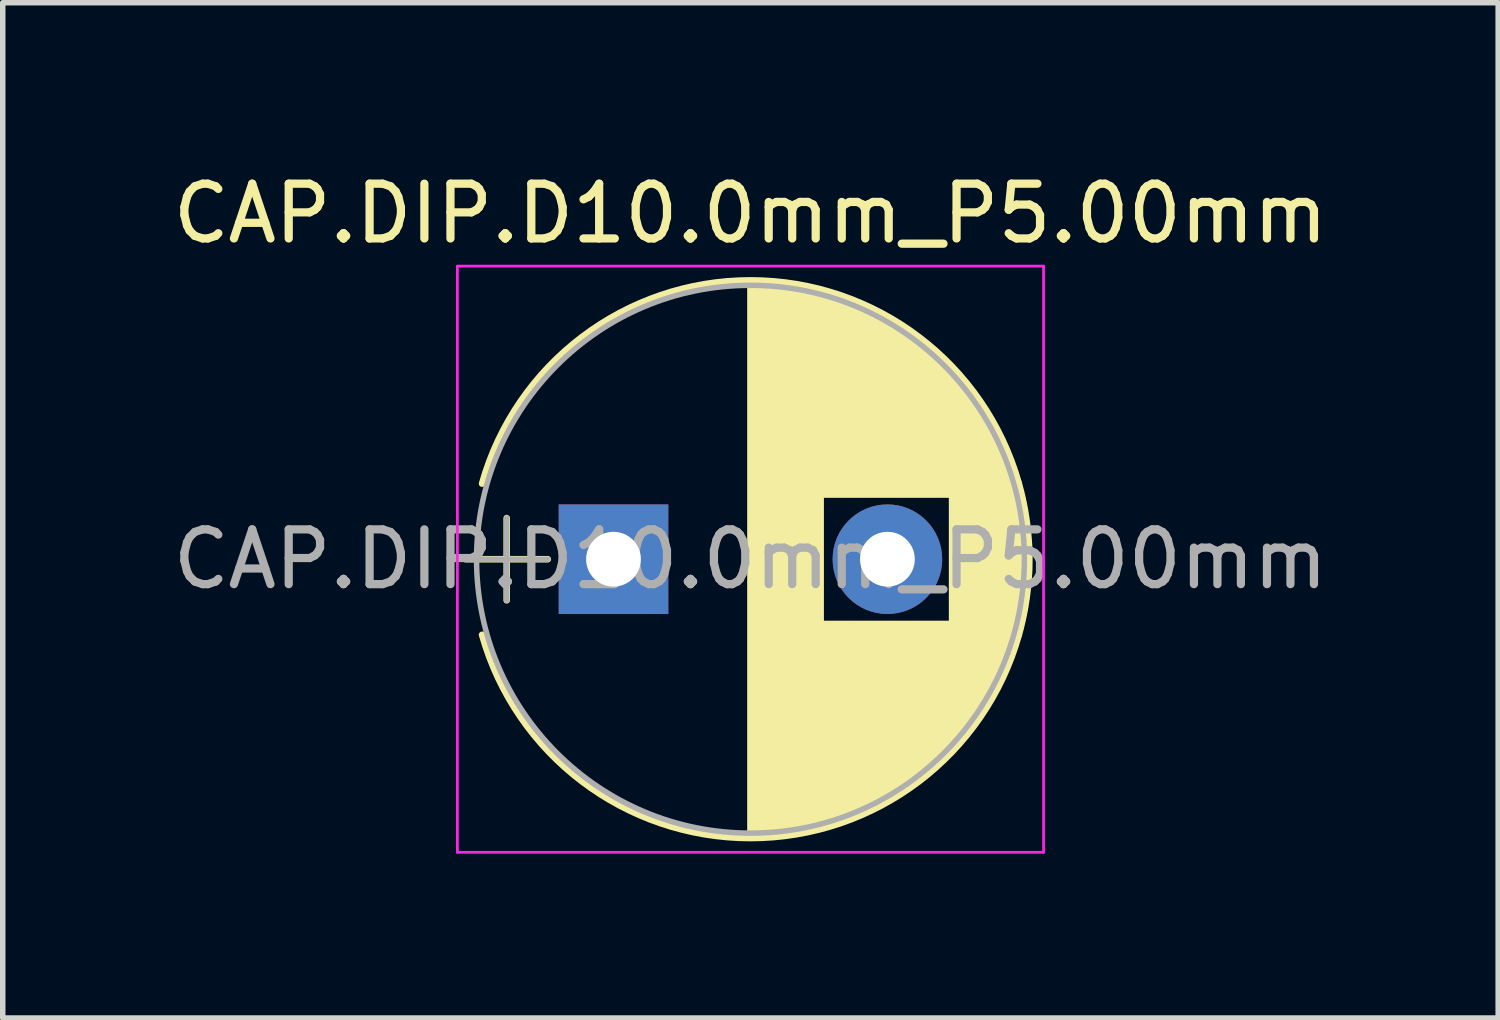
<source format=kicad_pcb>
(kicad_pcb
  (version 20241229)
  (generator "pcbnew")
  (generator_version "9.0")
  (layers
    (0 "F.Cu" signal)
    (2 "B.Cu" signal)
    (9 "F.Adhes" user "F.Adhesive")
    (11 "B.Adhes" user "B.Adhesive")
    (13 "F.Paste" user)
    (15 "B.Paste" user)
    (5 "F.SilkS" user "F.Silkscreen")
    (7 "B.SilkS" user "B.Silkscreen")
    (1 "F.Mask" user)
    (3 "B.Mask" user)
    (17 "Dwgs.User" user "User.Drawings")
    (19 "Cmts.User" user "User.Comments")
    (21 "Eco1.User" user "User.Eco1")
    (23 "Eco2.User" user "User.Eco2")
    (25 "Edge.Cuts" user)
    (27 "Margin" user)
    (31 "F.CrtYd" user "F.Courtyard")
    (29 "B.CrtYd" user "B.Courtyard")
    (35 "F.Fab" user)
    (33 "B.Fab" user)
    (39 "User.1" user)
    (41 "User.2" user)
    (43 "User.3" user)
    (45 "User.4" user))
  (footprint "CAP.DIP.D10.0mm_P5.00mm"
    (layer "F.Cu")
    (at 8.149 7.158)
    (property "Reference" "CAP.DIP.D10.0mm_P5.00mm" (at 2.5 -6.31 0) (layer "F.SilkS") (effects (font (size 1 1) (thickness 0.15))))
    (attr through_hole)
    (fp_line (start -2.7 0) (end -1.2 0) (stroke (width 0.12) (type solid)) (layer "F.SilkS"))
    (fp_line (start -1.95 -0.75) (end -1.95 0.75) (stroke (width 0.12) (type solid)) (layer "F.SilkS"))
    (fp_line (start 2.5 -5.05) (end 2.5 5.05) (stroke (width 0.12) (type solid)) (layer "F.SilkS"))
    (fp_line (start 2.54 -5.05) (end 2.54 5.05) (stroke (width 0.12) (type solid)) (layer "F.SilkS"))
    (fp_line (start 2.58 -5.05) (end 2.58 5.05) (stroke (width 0.12) (type solid)) (layer "F.SilkS"))
    (fp_line (start 2.62 -5.049) (end 2.62 5.049) (stroke (width 0.12) (type solid)) (layer "F.SilkS"))
    (fp_line (start 2.66 -5.048) (end 2.66 5.048) (stroke (width 0.12) (type solid)) (layer "F.SilkS"))
    (fp_line (start 2.7 -5.047) (end 2.7 5.047) (stroke (width 0.12) (type solid)) (layer "F.SilkS"))
    (fp_line (start 2.74 -5.045) (end 2.74 5.045) (stroke (width 0.12) (type solid)) (layer "F.SilkS"))
    (fp_line (start 2.78 -5.043) (end 2.78 5.043) (stroke (width 0.12) (type solid)) (layer "F.SilkS"))
    (fp_line (start 2.82 -5.04) (end 2.82 5.04) (stroke (width 0.12) (type solid)) (layer "F.SilkS"))
    (fp_line (start 2.86 -5.038) (end 2.86 5.038) (stroke (width 0.12) (type solid)) (layer "F.SilkS"))
    (fp_line (start 2.9 -5.035) (end 2.9 5.035) (stroke (width 0.12) (type solid)) (layer "F.SilkS"))
    (fp_line (start 2.94 -5.031) (end 2.94 5.031) (stroke (width 0.12) (type solid)) (layer "F.SilkS"))
    (fp_line (start 2.98 -5.028) (end 2.98 5.028) (stroke (width 0.12) (type solid)) (layer "F.SilkS"))
    (fp_line (start 3.02 -5.024) (end 3.02 5.024) (stroke (width 0.12) (type solid)) (layer "F.SilkS"))
    (fp_line (start 3.06 -5.02) (end 3.06 5.02) (stroke (width 0.12) (type solid)) (layer "F.SilkS"))
    (fp_line (start 3.1 -5.015) (end 3.1 5.015) (stroke (width 0.12) (type solid)) (layer "F.SilkS"))
    (fp_line (start 3.14 -5.01) (end 3.14 5.01) (stroke (width 0.12) (type solid)) (layer "F.SilkS"))
    (fp_line (start 3.18 -5.005) (end 3.18 5.005) (stroke (width 0.12) (type solid)) (layer "F.SilkS"))
    (fp_line (start 3.221 -4.999) (end 3.221 4.999) (stroke (width 0.12) (type solid)) (layer "F.SilkS"))
    (fp_line (start 3.261 -4.993) (end 3.261 4.993) (stroke (width 0.12) (type solid)) (layer "F.SilkS"))
    (fp_line (start 3.301 -4.987) (end 3.301 4.987) (stroke (width 0.12) (type solid)) (layer "F.SilkS"))
    (fp_line (start 3.341 -4.981) (end 3.341 4.981) (stroke (width 0.12) (type solid)) (layer "F.SilkS"))
    (fp_line (start 3.381 -4.974) (end 3.381 4.974) (stroke (width 0.12) (type solid)) (layer "F.SilkS"))
    (fp_line (start 3.421 -4.967) (end 3.421 4.967) (stroke (width 0.12) (type solid)) (layer "F.SilkS"))
    (fp_line (start 3.461 -4.959) (end 3.461 4.959) (stroke (width 0.12) (type solid)) (layer "F.SilkS"))
    (fp_line (start 3.501 -4.951) (end 3.501 4.951) (stroke (width 0.12) (type solid)) (layer "F.SilkS"))
    (fp_line (start 3.541 -4.943) (end 3.541 4.943) (stroke (width 0.12) (type solid)) (layer "F.SilkS"))
    (fp_line (start 3.581 -4.935) (end 3.581 4.935) (stroke (width 0.12) (type solid)) (layer "F.SilkS"))
    (fp_line (start 3.621 -4.926) (end 3.621 4.926) (stroke (width 0.12) (type solid)) (layer "F.SilkS"))
    (fp_line (start 3.661 -4.917) (end 3.661 4.917) (stroke (width 0.12) (type solid)) (layer "F.SilkS"))
    (fp_line (start 3.701 -4.907) (end 3.701 4.907) (stroke (width 0.12) (type solid)) (layer "F.SilkS"))
    (fp_line (start 3.741 -4.897) (end 3.741 4.897) (stroke (width 0.12) (type solid)) (layer "F.SilkS"))
    (fp_line (start 3.781 -4.887) (end 3.781 4.887) (stroke (width 0.12) (type solid)) (layer "F.SilkS"))
    (fp_line (start 3.821 -4.876) (end 3.821 -1.181) (stroke (width 0.12) (type solid)) (layer "F.SilkS"))
    (fp_line (start 3.821 1.181) (end 3.821 4.876) (stroke (width 0.12) (type solid)) (layer "F.SilkS"))
    (fp_line (start 3.861 -4.865) (end 3.861 -1.181) (stroke (width 0.12) (type solid)) (layer "F.SilkS"))
    (fp_line (start 3.861 1.181) (end 3.861 4.865) (stroke (width 0.12) (type solid)) (layer "F.SilkS"))
    (fp_line (start 3.901 -4.854) (end 3.901 -1.181) (stroke (width 0.12) (type solid)) (layer "F.SilkS"))
    (fp_line (start 3.901 1.181) (end 3.901 4.854) (stroke (width 0.12) (type solid)) (layer "F.SilkS"))
    (fp_line (start 3.941 -4.843) (end 3.941 -1.181) (stroke (width 0.12) (type solid)) (layer "F.SilkS"))
    (fp_line (start 3.941 1.181) (end 3.941 4.843) (stroke (width 0.12) (type solid)) (layer "F.SilkS"))
    (fp_line (start 3.981 -4.831) (end 3.981 -1.181) (stroke (width 0.12) (type solid)) (layer "F.SilkS"))
    (fp_line (start 3.981 1.181) (end 3.981 4.831) (stroke (width 0.12) (type solid)) (layer "F.SilkS"))
    (fp_line (start 4.021 -4.818) (end 4.021 -1.181) (stroke (width 0.12) (type solid)) (layer "F.SilkS"))
    (fp_line (start 4.021 1.181) (end 4.021 4.818) (stroke (width 0.12) (type solid)) (layer "F.SilkS"))
    (fp_line (start 4.061 -4.806) (end 4.061 -1.181) (stroke (width 0.12) (type solid)) (layer "F.SilkS"))
    (fp_line (start 4.061 1.181) (end 4.061 4.806) (stroke (width 0.12) (type solid)) (layer "F.SilkS"))
    (fp_line (start 4.101 -4.792) (end 4.101 -1.181) (stroke (width 0.12) (type solid)) (layer "F.SilkS"))
    (fp_line (start 4.101 1.181) (end 4.101 4.792) (stroke (width 0.12) (type solid)) (layer "F.SilkS"))
    (fp_line (start 4.141 -4.779) (end 4.141 -1.181) (stroke (width 0.12) (type solid)) (layer "F.SilkS"))
    (fp_line (start 4.141 1.181) (end 4.141 4.779) (stroke (width 0.12) (type solid)) (layer "F.SilkS"))
    (fp_line (start 4.181 -4.765) (end 4.181 -1.181) (stroke (width 0.12) (type solid)) (layer "F.SilkS"))
    (fp_line (start 4.181 1.181) (end 4.181 4.765) (stroke (width 0.12) (type solid)) (layer "F.SilkS"))
    (fp_line (start 4.221 -4.751) (end 4.221 -1.181) (stroke (width 0.12) (type solid)) (layer "F.SilkS"))
    (fp_line (start 4.221 1.181) (end 4.221 4.751) (stroke (width 0.12) (type solid)) (layer "F.SilkS"))
    (fp_line (start 4.261 -4.737) (end 4.261 -1.181) (stroke (width 0.12) (type solid)) (layer "F.SilkS"))
    (fp_line (start 4.261 1.181) (end 4.261 4.737) (stroke (width 0.12) (type solid)) (layer "F.SilkS"))
    (fp_line (start 4.301 -4.722) (end 4.301 -1.181) (stroke (width 0.12) (type solid)) (layer "F.SilkS"))
    (fp_line (start 4.301 1.181) (end 4.301 4.722) (stroke (width 0.12) (type solid)) (layer "F.SilkS"))
    (fp_line (start 4.341 -4.706) (end 4.341 -1.181) (stroke (width 0.12) (type solid)) (layer "F.SilkS"))
    (fp_line (start 4.341 1.181) (end 4.341 4.706) (stroke (width 0.12) (type solid)) (layer "F.SilkS"))
    (fp_line (start 4.381 -4.691) (end 4.381 -1.181) (stroke (width 0.12) (type solid)) (layer "F.SilkS"))
    (fp_line (start 4.381 1.181) (end 4.381 4.691) (stroke (width 0.12) (type solid)) (layer "F.SilkS"))
    (fp_line (start 4.421 -4.674) (end 4.421 -1.181) (stroke (width 0.12) (type solid)) (layer "F.SilkS"))
    (fp_line (start 4.421 1.181) (end 4.421 4.674) (stroke (width 0.12) (type solid)) (layer "F.SilkS"))
    (fp_line (start 4.461 -4.658) (end 4.461 -1.181) (stroke (width 0.12) (type solid)) (layer "F.SilkS"))
    (fp_line (start 4.461 1.181) (end 4.461 4.658) (stroke (width 0.12) (type solid)) (layer "F.SilkS"))
    (fp_line (start 4.501 -4.641) (end 4.501 -1.181) (stroke (width 0.12) (type solid)) (layer "F.SilkS"))
    (fp_line (start 4.501 1.181) (end 4.501 4.641) (stroke (width 0.12) (type solid)) (layer "F.SilkS"))
    (fp_line (start 4.541 -4.624) (end 4.541 -1.181) (stroke (width 0.12) (type solid)) (layer "F.SilkS"))
    (fp_line (start 4.541 1.181) (end 4.541 4.624) (stroke (width 0.12) (type solid)) (layer "F.SilkS"))
    (fp_line (start 4.581 -4.606) (end 4.581 -1.181) (stroke (width 0.12) (type solid)) (layer "F.SilkS"))
    (fp_line (start 4.581 1.181) (end 4.581 4.606) (stroke (width 0.12) (type solid)) (layer "F.SilkS"))
    (fp_line (start 4.621 -4.588) (end 4.621 -1.181) (stroke (width 0.12) (type solid)) (layer "F.SilkS"))
    (fp_line (start 4.621 1.181) (end 4.621 4.588) (stroke (width 0.12) (type solid)) (layer "F.SilkS"))
    (fp_line (start 4.661 -4.569) (end 4.661 -1.181) (stroke (width 0.12) (type solid)) (layer "F.SilkS"))
    (fp_line (start 4.661 1.181) (end 4.661 4.569) (stroke (width 0.12) (type solid)) (layer "F.SilkS"))
    (fp_line (start 4.701 -4.55) (end 4.701 -1.181) (stroke (width 0.12) (type solid)) (layer "F.SilkS"))
    (fp_line (start 4.701 1.181) (end 4.701 4.55) (stroke (width 0.12) (type solid)) (layer "F.SilkS"))
    (fp_line (start 4.741 -4.531) (end 4.741 -1.181) (stroke (width 0.12) (type solid)) (layer "F.SilkS"))
    (fp_line (start 4.741 1.181) (end 4.741 4.531) (stroke (width 0.12) (type solid)) (layer "F.SilkS"))
    (fp_line (start 4.781 -4.511) (end 4.781 -1.181) (stroke (width 0.12) (type solid)) (layer "F.SilkS"))
    (fp_line (start 4.781 1.181) (end 4.781 4.511) (stroke (width 0.12) (type solid)) (layer "F.SilkS"))
    (fp_line (start 4.821 -4.491) (end 4.821 -1.181) (stroke (width 0.12) (type solid)) (layer "F.SilkS"))
    (fp_line (start 4.821 1.181) (end 4.821 4.491) (stroke (width 0.12) (type solid)) (layer "F.SilkS"))
    (fp_line (start 4.861 -4.47) (end 4.861 -1.181) (stroke (width 0.12) (type solid)) (layer "F.SilkS"))
    (fp_line (start 4.861 1.181) (end 4.861 4.47) (stroke (width 0.12) (type solid)) (layer "F.SilkS"))
    (fp_line (start 4.901 -4.449) (end 4.901 -1.181) (stroke (width 0.12) (type solid)) (layer "F.SilkS"))
    (fp_line (start 4.901 1.181) (end 4.901 4.449) (stroke (width 0.12) (type solid)) (layer "F.SilkS"))
    (fp_line (start 4.941 -4.428) (end 4.941 -1.181) (stroke (width 0.12) (type solid)) (layer "F.SilkS"))
    (fp_line (start 4.941 1.181) (end 4.941 4.428) (stroke (width 0.12) (type solid)) (layer "F.SilkS"))
    (fp_line (start 4.981 -4.405) (end 4.981 -1.181) (stroke (width 0.12) (type solid)) (layer "F.SilkS"))
    (fp_line (start 4.981 1.181) (end 4.981 4.405) (stroke (width 0.12) (type solid)) (layer "F.SilkS"))
    (fp_line (start 5.021 -4.383) (end 5.021 -1.181) (stroke (width 0.12) (type solid)) (layer "F.SilkS"))
    (fp_line (start 5.021 1.181) (end 5.021 4.383) (stroke (width 0.12) (type solid)) (layer "F.SilkS"))
    (fp_line (start 5.061 -4.36) (end 5.061 -1.181) (stroke (width 0.12) (type solid)) (layer "F.SilkS"))
    (fp_line (start 5.061 1.181) (end 5.061 4.36) (stroke (width 0.12) (type solid)) (layer "F.SilkS"))
    (fp_line (start 5.101 -4.336) (end 5.101 -1.181) (stroke (width 0.12) (type solid)) (layer "F.SilkS"))
    (fp_line (start 5.101 1.181) (end 5.101 4.336) (stroke (width 0.12) (type solid)) (layer "F.SilkS"))
    (fp_line (start 5.141 -4.312) (end 5.141 -1.181) (stroke (width 0.12) (type solid)) (layer "F.SilkS"))
    (fp_line (start 5.141 1.181) (end 5.141 4.312) (stroke (width 0.12) (type solid)) (layer "F.SilkS"))
    (fp_line (start 5.181 -4.288) (end 5.181 -1.181) (stroke (width 0.12) (type solid)) (layer "F.SilkS"))
    (fp_line (start 5.181 1.181) (end 5.181 4.288) (stroke (width 0.12) (type solid)) (layer "F.SilkS"))
    (fp_line (start 5.221 -4.263) (end 5.221 -1.181) (stroke (width 0.12) (type solid)) (layer "F.SilkS"))
    (fp_line (start 5.221 1.181) (end 5.221 4.263) (stroke (width 0.12) (type solid)) (layer "F.SilkS"))
    (fp_line (start 5.261 -4.237) (end 5.261 -1.181) (stroke (width 0.12) (type solid)) (layer "F.SilkS"))
    (fp_line (start 5.261 1.181) (end 5.261 4.237) (stroke (width 0.12) (type solid)) (layer "F.SilkS"))
    (fp_line (start 5.301 -4.211) (end 5.301 -1.181) (stroke (width 0.12) (type solid)) (layer "F.SilkS"))
    (fp_line (start 5.301 1.181) (end 5.301 4.211) (stroke (width 0.12) (type solid)) (layer "F.SilkS"))
    (fp_line (start 5.341 -4.185) (end 5.341 -1.181) (stroke (width 0.12) (type solid)) (layer "F.SilkS"))
    (fp_line (start 5.341 1.181) (end 5.341 4.185) (stroke (width 0.12) (type solid)) (layer "F.SilkS"))
    (fp_line (start 5.381 -4.157) (end 5.381 -1.181) (stroke (width 0.12) (type solid)) (layer "F.SilkS"))
    (fp_line (start 5.381 1.181) (end 5.381 4.157) (stroke (width 0.12) (type solid)) (layer "F.SilkS"))
    (fp_line (start 5.421 -4.13) (end 5.421 -1.181) (stroke (width 0.12) (type solid)) (layer "F.SilkS"))
    (fp_line (start 5.421 1.181) (end 5.421 4.13) (stroke (width 0.12) (type solid)) (layer "F.SilkS"))
    (fp_line (start 5.461 -4.101) (end 5.461 -1.181) (stroke (width 0.12) (type solid)) (layer "F.SilkS"))
    (fp_line (start 5.461 1.181) (end 5.461 4.101) (stroke (width 0.12) (type solid)) (layer "F.SilkS"))
    (fp_line (start 5.501 -4.072) (end 5.501 -1.181) (stroke (width 0.12) (type solid)) (layer "F.SilkS"))
    (fp_line (start 5.501 1.181) (end 5.501 4.072) (stroke (width 0.12) (type solid)) (layer "F.SilkS"))
    (fp_line (start 5.541 -4.043) (end 5.541 -1.181) (stroke (width 0.12) (type solid)) (layer "F.SilkS"))
    (fp_line (start 5.541 1.181) (end 5.541 4.043) (stroke (width 0.12) (type solid)) (layer "F.SilkS"))
    (fp_line (start 5.581 -4.013) (end 5.581 -1.181) (stroke (width 0.12) (type solid)) (layer "F.SilkS"))
    (fp_line (start 5.581 1.181) (end 5.581 4.013) (stroke (width 0.12) (type solid)) (layer "F.SilkS"))
    (fp_line (start 5.621 -3.982) (end 5.621 -1.181) (stroke (width 0.12) (type solid)) (layer "F.SilkS"))
    (fp_line (start 5.621 1.181) (end 5.621 3.982) (stroke (width 0.12) (type solid)) (layer "F.SilkS"))
    (fp_line (start 5.661 -3.951) (end 5.661 -1.181) (stroke (width 0.12) (type solid)) (layer "F.SilkS"))
    (fp_line (start 5.661 1.181) (end 5.661 3.951) (stroke (width 0.12) (type solid)) (layer "F.SilkS"))
    (fp_line (start 5.701 -3.919) (end 5.701 -1.181) (stroke (width 0.12) (type solid)) (layer "F.SilkS"))
    (fp_line (start 5.701 1.181) (end 5.701 3.919) (stroke (width 0.12) (type solid)) (layer "F.SilkS"))
    (fp_line (start 5.741 -3.886) (end 5.741 -1.181) (stroke (width 0.12) (type solid)) (layer "F.SilkS"))
    (fp_line (start 5.741 1.181) (end 5.741 3.886) (stroke (width 0.12) (type solid)) (layer "F.SilkS"))
    (fp_line (start 5.781 -3.853) (end 5.781 -1.181) (stroke (width 0.12) (type solid)) (layer "F.SilkS"))
    (fp_line (start 5.781 1.181) (end 5.781 3.853) (stroke (width 0.12) (type solid)) (layer "F.SilkS"))
    (fp_line (start 5.821 -3.819) (end 5.821 -1.181) (stroke (width 0.12) (type solid)) (layer "F.SilkS"))
    (fp_line (start 5.821 1.181) (end 5.821 3.819) (stroke (width 0.12) (type solid)) (layer "F.SilkS"))
    (fp_line (start 5.861 -3.784) (end 5.861 -1.181) (stroke (width 0.12) (type solid)) (layer "F.SilkS"))
    (fp_line (start 5.861 1.181) (end 5.861 3.784) (stroke (width 0.12) (type solid)) (layer "F.SilkS"))
    (fp_line (start 5.901 -3.748) (end 5.901 -1.181) (stroke (width 0.12) (type solid)) (layer "F.SilkS"))
    (fp_line (start 5.901 1.181) (end 5.901 3.748) (stroke (width 0.12) (type solid)) (layer "F.SilkS"))
    (fp_line (start 5.941 -3.712) (end 5.941 -1.181) (stroke (width 0.12) (type solid)) (layer "F.SilkS"))
    (fp_line (start 5.941 1.181) (end 5.941 3.712) (stroke (width 0.12) (type solid)) (layer "F.SilkS"))
    (fp_line (start 5.981 -3.675) (end 5.981 -1.181) (stroke (width 0.12) (type solid)) (layer "F.SilkS"))
    (fp_line (start 5.981 1.181) (end 5.981 3.675) (stroke (width 0.12) (type solid)) (layer "F.SilkS"))
    (fp_line (start 6.021 -3.637) (end 6.021 -1.181) (stroke (width 0.12) (type solid)) (layer "F.SilkS"))
    (fp_line (start 6.021 1.181) (end 6.021 3.637) (stroke (width 0.12) (type solid)) (layer "F.SilkS"))
    (fp_line (start 6.061 -3.598) (end 6.061 -1.181) (stroke (width 0.12) (type solid)) (layer "F.SilkS"))
    (fp_line (start 6.061 1.181) (end 6.061 3.598) (stroke (width 0.12) (type solid)) (layer "F.SilkS"))
    (fp_line (start 6.101 -3.559) (end 6.101 -1.181) (stroke (width 0.12) (type solid)) (layer "F.SilkS"))
    (fp_line (start 6.101 1.181) (end 6.101 3.559) (stroke (width 0.12) (type solid)) (layer "F.SilkS"))
    (fp_line (start 6.141 -3.518) (end 6.141 -1.181) (stroke (width 0.12) (type solid)) (layer "F.SilkS"))
    (fp_line (start 6.141 1.181) (end 6.141 3.518) (stroke (width 0.12) (type solid)) (layer "F.SilkS"))
    (fp_line (start 6.181 -3.477) (end 6.181 3.477) (stroke (width 0.12) (type solid)) (layer "F.SilkS"))
    (fp_line (start 6.221 -3.435) (end 6.221 3.435) (stroke (width 0.12) (type solid)) (layer "F.SilkS"))
    (fp_line (start 6.261 -3.391) (end 6.261 3.391) (stroke (width 0.12) (type solid)) (layer "F.SilkS"))
    (fp_line (start 6.301 -3.347) (end 6.301 3.347) (stroke (width 0.12) (type solid)) (layer "F.SilkS"))
    (fp_line (start 6.341 -3.302) (end 6.341 3.302) (stroke (width 0.12) (type solid)) (layer "F.SilkS"))
    (fp_line (start 6.381 -3.255) (end 6.381 3.255) (stroke (width 0.12) (type solid)) (layer "F.SilkS"))
    (fp_line (start 6.421 -3.207) (end 6.421 3.207) (stroke (width 0.12) (type solid)) (layer "F.SilkS"))
    (fp_line (start 6.461 -3.158) (end 6.461 3.158) (stroke (width 0.12) (type solid)) (layer "F.SilkS"))
    (fp_line (start 6.501 -3.108) (end 6.501 3.108) (stroke (width 0.12) (type solid)) (layer "F.SilkS"))
    (fp_line (start 6.541 -3.057) (end 6.541 3.057) (stroke (width 0.12) (type solid)) (layer "F.SilkS"))
    (fp_line (start 6.581 -3.004) (end 6.581 3.004) (stroke (width 0.12) (type solid)) (layer "F.SilkS"))
    (fp_line (start 6.621 -2.949) (end 6.621 2.949) (stroke (width 0.12) (type solid)) (layer "F.SilkS"))
    (fp_line (start 6.661 -2.894) (end 6.661 2.894) (stroke (width 0.12) (type solid)) (layer "F.SilkS"))
    (fp_line (start 6.701 -2.836) (end 6.701 2.836) (stroke (width 0.12) (type solid)) (layer "F.SilkS"))
    (fp_line (start 6.741 -2.777) (end 6.741 2.777) (stroke (width 0.12) (type solid)) (layer "F.SilkS"))
    (fp_line (start 6.781 -2.715) (end 6.781 2.715) (stroke (width 0.12) (type solid)) (layer "F.SilkS"))
    (fp_line (start 6.821 -2.652) (end 6.821 2.652) (stroke (width 0.12) (type solid)) (layer "F.SilkS"))
    (fp_line (start 6.861 -2.587) (end 6.861 2.587) (stroke (width 0.12) (type solid)) (layer "F.SilkS"))
    (fp_line (start 6.901 -2.519) (end 6.901 2.519) (stroke (width 0.12) (type solid)) (layer "F.SilkS"))
    (fp_line (start 6.941 -2.449) (end 6.941 2.449) (stroke (width 0.12) (type solid)) (layer "F.SilkS"))
    (fp_line (start 6.981 -2.377) (end 6.981 2.377) (stroke (width 0.12) (type solid)) (layer "F.SilkS"))
    (fp_line (start 7.021 -2.301) (end 7.021 2.301) (stroke (width 0.12) (type solid)) (layer "F.SilkS"))
    (fp_line (start 7.061 -2.222) (end 7.061 2.222) (stroke (width 0.12) (type solid)) (layer "F.SilkS"))
    (fp_line (start 7.101 -2.14) (end 7.101 2.14) (stroke (width 0.12) (type solid)) (layer "F.SilkS"))
    (fp_line (start 7.141 -2.053) (end 7.141 2.053) (stroke (width 0.12) (type solid)) (layer "F.SilkS"))
    (fp_line (start 7.181 -1.962) (end 7.181 1.962) (stroke (width 0.12) (type solid)) (layer "F.SilkS"))
    (fp_line (start 7.221 -1.866) (end 7.221 1.866) (stroke (width 0.12) (type solid)) (layer "F.SilkS"))
    (fp_line (start 7.261 -1.763) (end 7.261 1.763) (stroke (width 0.12) (type solid)) (layer "F.SilkS"))
    (fp_line (start 7.301 -1.654) (end 7.301 1.654) (stroke (width 0.12) (type solid)) (layer "F.SilkS"))
    (fp_line (start 7.341 -1.536) (end 7.341 1.536) (stroke (width 0.12) (type solid)) (layer "F.SilkS"))
    (fp_line (start 7.381 -1.407) (end 7.381 1.407) (stroke (width 0.12) (type solid)) (layer "F.SilkS"))
    (fp_line (start 7.421 -1.265) (end 7.421 1.265) (stroke (width 0.12) (type solid)) (layer "F.SilkS"))
    (fp_line (start 7.461 -1.104) (end 7.461 1.104) (stroke (width 0.12) (type solid)) (layer "F.SilkS"))
    (fp_line (start 7.501 -0.913) (end 7.501 0.913) (stroke (width 0.12) (type solid)) (layer "F.SilkS"))
    (fp_line (start 7.541 -0.672) (end 7.541 0.672) (stroke (width 0.12) (type solid)) (layer "F.SilkS"))
    (fp_line (start 7.581 -0.279) (end 7.581 0.279) (stroke (width 0.12) (type solid)) (layer "F.SilkS"))
    (fp_arc (start -2.399357 -1.38) (mid 2.498304 -5.09) (end 7.398437 -1.383264) (stroke (width 0.12) (type solid)) (layer "F.SilkS"))
    (fp_arc (start 7.398437 1.383264) (mid 2.498304 5.09) (end -2.399357 1.38) (stroke (width 0.12) (type solid)) (layer "F.SilkS"))
    (fp_arc (start 7.399357 -1.38) (mid 7.59 0.001696) (end 7.398437 1.383264) (stroke (width 0.12) (type solid)) (layer "F.SilkS"))
    (fp_line (start -2.85 -5.35) (end -2.85 5.35) (stroke (width 0.05) (type solid)) (layer "F.CrtYd"))
    (fp_line (start -2.85 5.35) (end 7.85 5.35) (stroke (width 0.05) (type solid)) (layer "F.CrtYd"))
    (fp_line (start 7.85 -5.35) (end -2.85 -5.35) (stroke (width 0.05) (type solid)) (layer "F.CrtYd"))
    (fp_line (start 7.85 5.35) (end 7.85 -5.35) (stroke (width 0.05) (type solid)) (layer "F.CrtYd"))
    (fp_line (start -2.7 0) (end -1.2 0) (stroke (width 0.1) (type solid)) (layer "F.Fab"))
    (fp_line (start -1.95 -0.75) (end -1.95 0.75) (stroke (width 0.1) (type solid)) (layer "F.Fab"))
    (fp_circle (center 2.5 0) (end 7.5 0) (stroke (width 0.1) (type solid)) (fill no) (layer "F.Fab"))
    (fp_text user "${REFERENCE}" (at 2.5 0 0) (layer "F.Fab") (effects (font (size 1 1) (thickness 0.15))))
    (pad "1" thru_hole rect (at 0 0) (size 2 2) (drill 1) (layers "*.Cu" "*.Mask"))
    (pad "2" thru_hole circle (at 5 0) (size 2 2) (drill 1) (layers "*.Cu" "*.Mask")))
  (gr_rect
    (start -3 -3)
    (end 24.298 15.533)
    (stroke (width 0.1) (type default))
    (fill no)
    (layer "Edge.Cuts")))
</source>
